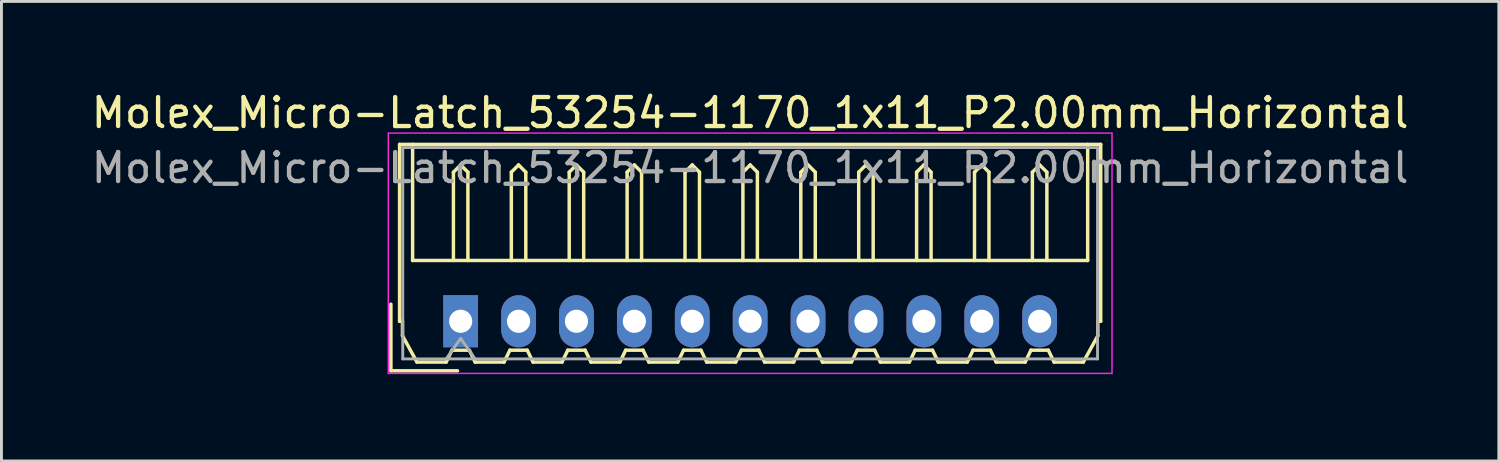
<source format=kicad_pcb>
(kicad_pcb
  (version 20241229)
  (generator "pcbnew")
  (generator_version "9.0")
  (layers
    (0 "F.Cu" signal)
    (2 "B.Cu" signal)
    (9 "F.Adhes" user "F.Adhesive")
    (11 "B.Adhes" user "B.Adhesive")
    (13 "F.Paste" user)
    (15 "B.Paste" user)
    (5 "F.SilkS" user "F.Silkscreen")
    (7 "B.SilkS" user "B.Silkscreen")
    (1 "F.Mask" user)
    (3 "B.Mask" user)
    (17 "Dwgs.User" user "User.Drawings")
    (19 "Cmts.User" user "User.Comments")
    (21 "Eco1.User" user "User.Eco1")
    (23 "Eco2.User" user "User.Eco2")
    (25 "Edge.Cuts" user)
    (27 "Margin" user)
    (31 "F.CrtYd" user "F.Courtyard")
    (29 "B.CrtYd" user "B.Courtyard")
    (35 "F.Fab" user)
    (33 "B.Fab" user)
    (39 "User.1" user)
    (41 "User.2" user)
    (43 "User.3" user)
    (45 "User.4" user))
  (footprint "Molex_Micro-Latch_53254-1170_1x11_P2.00mm_Horizontal"
    (layer "F.Cu")
    (at 12.863 8.048)
    (property "Reference" "Molex_Micro-Latch_53254-1170_1x11_P2.00mm_Horizontal" (at 10 -7.2 0) (layer "F.SilkS") (effects (font (size 1 1) (thickness 0.15))))
    (attr through_hole)
    (fp_line (start -2.41 1.71) (end -2.41 -0.59) (stroke (width 0.12) (type solid)) (layer "F.SilkS"))
    (fp_line (start -2.11 -6.11) (end 10 -6.11) (stroke (width 0.12) (type solid)) (layer "F.SilkS"))
    (fp_line (start -2.11 0) (end -2.11 -6.11) (stroke (width 0.12) (type solid)) (layer "F.SilkS"))
    (fp_line (start -2.01 0) (end -2.11 0) (stroke (width 0.12) (type solid)) (layer "F.SilkS"))
    (fp_line (start -2.01 0.5) (end -2.01 0) (stroke (width 0.12) (type solid)) (layer "F.SilkS"))
    (fp_line (start -1.66 -6.11) (end -1.66 -2.1) (stroke (width 0.12) (type solid)) (layer "F.SilkS"))
    (fp_line (start -1.66 -2.1) (end 21.66 -2.1) (stroke (width 0.12) (type solid)) (layer "F.SilkS"))
    (fp_line (start -1.51 1.41) (end -2.01 0.5) (stroke (width 0.12) (type solid)) (layer "F.SilkS"))
    (fp_line (start -0.5 1.41) (end -1.51 1.41) (stroke (width 0.12) (type solid)) (layer "F.SilkS"))
    (fp_line (start -0.3 1) (end -0.5 1.41) (stroke (width 0.12) (type solid)) (layer "F.SilkS"))
    (fp_line (start -0.3 1) (end 0.3 1) (stroke (width 0.12) (type solid)) (layer "F.SilkS"))
    (fp_line (start -0.25 -5.15) (end 0 -5.4) (stroke (width 0.12) (type solid)) (layer "F.SilkS"))
    (fp_line (start -0.25 -2.1) (end -0.25 -5.15) (stroke (width 0.12) (type solid)) (layer "F.SilkS"))
    (fp_line (start -0.11 1.71) (end -2.41 1.71) (stroke (width 0.12) (type solid)) (layer "F.SilkS"))
    (fp_line (start 0 -5.4) (end 0.25 -5.15) (stroke (width 0.12) (type solid)) (layer "F.SilkS"))
    (fp_line (start 0.25 -5.15) (end 0.25 -2.1) (stroke (width 0.12) (type solid)) (layer "F.SilkS"))
    (fp_line (start 0.3 1) (end 0.5 1.41) (stroke (width 0.12) (type solid)) (layer "F.SilkS"))
    (fp_line (start 0.5 1.41) (end 1.5 1.41) (stroke (width 0.12) (type solid)) (layer "F.SilkS"))
    (fp_line (start 1.5 1.41) (end 1.7 1) (stroke (width 0.12) (type solid)) (layer "F.SilkS"))
    (fp_line (start 1.7 1) (end 2.3 1) (stroke (width 0.12) (type solid)) (layer "F.SilkS"))
    (fp_line (start 1.75 -5.15) (end 2 -5.4) (stroke (width 0.12) (type solid)) (layer "F.SilkS"))
    (fp_line (start 1.75 -2.1) (end 1.75 -5.15) (stroke (width 0.12) (type solid)) (layer "F.SilkS"))
    (fp_line (start 2 -5.4) (end 2.25 -5.15) (stroke (width 0.12) (type solid)) (layer "F.SilkS"))
    (fp_line (start 2.25 -5.15) (end 2.25 -2.1) (stroke (width 0.12) (type solid)) (layer "F.SilkS"))
    (fp_line (start 2.3 1) (end 2.5 1.41) (stroke (width 0.12) (type solid)) (layer "F.SilkS"))
    (fp_line (start 2.5 1.41) (end 3.5 1.41) (stroke (width 0.12) (type solid)) (layer "F.SilkS"))
    (fp_line (start 3.5 1.41) (end 3.7 1) (stroke (width 0.12) (type solid)) (layer "F.SilkS"))
    (fp_line (start 3.7 1) (end 4.3 1) (stroke (width 0.12) (type solid)) (layer "F.SilkS"))
    (fp_line (start 3.75 -5.15) (end 4 -5.4) (stroke (width 0.12) (type solid)) (layer "F.SilkS"))
    (fp_line (start 3.75 -2.1) (end 3.75 -5.15) (stroke (width 0.12) (type solid)) (layer "F.SilkS"))
    (fp_line (start 4 -5.4) (end 4.25 -5.15) (stroke (width 0.12) (type solid)) (layer "F.SilkS"))
    (fp_line (start 4.25 -5.15) (end 4.25 -2.1) (stroke (width 0.12) (type solid)) (layer "F.SilkS"))
    (fp_line (start 4.3 1) (end 4.5 1.41) (stroke (width 0.12) (type solid)) (layer "F.SilkS"))
    (fp_line (start 4.5 1.41) (end 5.5 1.41) (stroke (width 0.12) (type solid)) (layer "F.SilkS"))
    (fp_line (start 5.5 1.41) (end 5.7 1) (stroke (width 0.12) (type solid)) (layer "F.SilkS"))
    (fp_line (start 5.7 1) (end 6.3 1) (stroke (width 0.12) (type solid)) (layer "F.SilkS"))
    (fp_line (start 5.75 -5.15) (end 6 -5.4) (stroke (width 0.12) (type solid)) (layer "F.SilkS"))
    (fp_line (start 5.75 -2.1) (end 5.75 -5.15) (stroke (width 0.12) (type solid)) (layer "F.SilkS"))
    (fp_line (start 6 -5.4) (end 6.25 -5.15) (stroke (width 0.12) (type solid)) (layer "F.SilkS"))
    (fp_line (start 6.25 -5.15) (end 6.25 -2.1) (stroke (width 0.12) (type solid)) (layer "F.SilkS"))
    (fp_line (start 6.3 1) (end 6.5 1.41) (stroke (width 0.12) (type solid)) (layer "F.SilkS"))
    (fp_line (start 6.5 1.41) (end 7.5 1.41) (stroke (width 0.12) (type solid)) (layer "F.SilkS"))
    (fp_line (start 7.5 1.41) (end 7.7 1) (stroke (width 0.12) (type solid)) (layer "F.SilkS"))
    (fp_line (start 7.7 1) (end 8.3 1) (stroke (width 0.12) (type solid)) (layer "F.SilkS"))
    (fp_line (start 7.75 -5.15) (end 8 -5.4) (stroke (width 0.12) (type solid)) (layer "F.SilkS"))
    (fp_line (start 7.75 -2.1) (end 7.75 -5.15) (stroke (width 0.12) (type solid)) (layer "F.SilkS"))
    (fp_line (start 8 -5.4) (end 8.25 -5.15) (stroke (width 0.12) (type solid)) (layer "F.SilkS"))
    (fp_line (start 8.25 -5.15) (end 8.25 -2.1) (stroke (width 0.12) (type solid)) (layer "F.SilkS"))
    (fp_line (start 8.3 1) (end 8.5 1.41) (stroke (width 0.12) (type solid)) (layer "F.SilkS"))
    (fp_line (start 8.5 1.41) (end 9.5 1.41) (stroke (width 0.12) (type solid)) (layer "F.SilkS"))
    (fp_line (start 9.5 1.41) (end 9.7 1) (stroke (width 0.12) (type solid)) (layer "F.SilkS"))
    (fp_line (start 9.7 1) (end 10.3 1) (stroke (width 0.12) (type solid)) (layer "F.SilkS"))
    (fp_line (start 9.75 -5.15) (end 10 -5.4) (stroke (width 0.12) (type solid)) (layer "F.SilkS"))
    (fp_line (start 9.75 -2.1) (end 9.75 -5.15) (stroke (width 0.12) (type solid)) (layer "F.SilkS"))
    (fp_line (start 10 -5.4) (end 10.25 -5.15) (stroke (width 0.12) (type solid)) (layer "F.SilkS"))
    (fp_line (start 10.25 -5.15) (end 10.25 -2.1) (stroke (width 0.12) (type solid)) (layer "F.SilkS"))
    (fp_line (start 10.3 1) (end 10.5 1.41) (stroke (width 0.12) (type solid)) (layer "F.SilkS"))
    (fp_line (start 10.5 1.41) (end 11.5 1.41) (stroke (width 0.12) (type solid)) (layer "F.SilkS"))
    (fp_line (start 11.5 1.41) (end 11.7 1) (stroke (width 0.12) (type solid)) (layer "F.SilkS"))
    (fp_line (start 11.7 1) (end 12.3 1) (stroke (width 0.12) (type solid)) (layer "F.SilkS"))
    (fp_line (start 11.75 -5.15) (end 12 -5.4) (stroke (width 0.12) (type solid)) (layer "F.SilkS"))
    (fp_line (start 11.75 -2.1) (end 11.75 -5.15) (stroke (width 0.12) (type solid)) (layer "F.SilkS"))
    (fp_line (start 12 -5.4) (end 12.25 -5.15) (stroke (width 0.12) (type solid)) (layer "F.SilkS"))
    (fp_line (start 12.25 -5.15) (end 12.25 -2.1) (stroke (width 0.12) (type solid)) (layer "F.SilkS"))
    (fp_line (start 12.3 1) (end 12.5 1.41) (stroke (width 0.12) (type solid)) (layer "F.SilkS"))
    (fp_line (start 12.5 1.41) (end 13.5 1.41) (stroke (width 0.12) (type solid)) (layer "F.SilkS"))
    (fp_line (start 13.5 1.41) (end 13.7 1) (stroke (width 0.12) (type solid)) (layer "F.SilkS"))
    (fp_line (start 13.7 1) (end 14.3 1) (stroke (width 0.12) (type solid)) (layer "F.SilkS"))
    (fp_line (start 13.75 -5.15) (end 14 -5.4) (stroke (width 0.12) (type solid)) (layer "F.SilkS"))
    (fp_line (start 13.75 -2.1) (end 13.75 -5.15) (stroke (width 0.12) (type solid)) (layer "F.SilkS"))
    (fp_line (start 14 -5.4) (end 14.25 -5.15) (stroke (width 0.12) (type solid)) (layer "F.SilkS"))
    (fp_line (start 14.25 -5.15) (end 14.25 -2.1) (stroke (width 0.12) (type solid)) (layer "F.SilkS"))
    (fp_line (start 14.3 1) (end 14.5 1.41) (stroke (width 0.12) (type solid)) (layer "F.SilkS"))
    (fp_line (start 14.5 1.41) (end 15.5 1.41) (stroke (width 0.12) (type solid)) (layer "F.SilkS"))
    (fp_line (start 15.5 1.41) (end 15.7 1) (stroke (width 0.12) (type solid)) (layer "F.SilkS"))
    (fp_line (start 15.7 1) (end 16.3 1) (stroke (width 0.12) (type solid)) (layer "F.SilkS"))
    (fp_line (start 15.75 -5.15) (end 16 -5.4) (stroke (width 0.12) (type solid)) (layer "F.SilkS"))
    (fp_line (start 15.75 -2.1) (end 15.75 -5.15) (stroke (width 0.12) (type solid)) (layer "F.SilkS"))
    (fp_line (start 16 -5.4) (end 16.25 -5.15) (stroke (width 0.12) (type solid)) (layer "F.SilkS"))
    (fp_line (start 16.25 -5.15) (end 16.25 -2.1) (stroke (width 0.12) (type solid)) (layer "F.SilkS"))
    (fp_line (start 16.3 1) (end 16.5 1.41) (stroke (width 0.12) (type solid)) (layer "F.SilkS"))
    (fp_line (start 16.5 1.41) (end 17.5 1.41) (stroke (width 0.12) (type solid)) (layer "F.SilkS"))
    (fp_line (start 17.5 1.41) (end 17.7 1) (stroke (width 0.12) (type solid)) (layer "F.SilkS"))
    (fp_line (start 17.7 1) (end 18.3 1) (stroke (width 0.12) (type solid)) (layer "F.SilkS"))
    (fp_line (start 17.75 -5.15) (end 18 -5.4) (stroke (width 0.12) (type solid)) (layer "F.SilkS"))
    (fp_line (start 17.75 -2.1) (end 17.75 -5.15) (stroke (width 0.12) (type solid)) (layer "F.SilkS"))
    (fp_line (start 18 -5.4) (end 18.25 -5.15) (stroke (width 0.12) (type solid)) (layer "F.SilkS"))
    (fp_line (start 18.25 -5.15) (end 18.25 -2.1) (stroke (width 0.12) (type solid)) (layer "F.SilkS"))
    (fp_line (start 18.3 1) (end 18.5 1.41) (stroke (width 0.12) (type solid)) (layer "F.SilkS"))
    (fp_line (start 18.5 1.41) (end 19.5 1.41) (stroke (width 0.12) (type solid)) (layer "F.SilkS"))
    (fp_line (start 19.5 1.41) (end 19.7 1) (stroke (width 0.12) (type solid)) (layer "F.SilkS"))
    (fp_line (start 19.7 1) (end 20.3 1) (stroke (width 0.12) (type solid)) (layer "F.SilkS"))
    (fp_line (start 19.75 -5.15) (end 20 -5.4) (stroke (width 0.12) (type solid)) (layer "F.SilkS"))
    (fp_line (start 19.75 -2.1) (end 19.75 -5.15) (stroke (width 0.12) (type solid)) (layer "F.SilkS"))
    (fp_line (start 20 -5.4) (end 20.25 -5.15) (stroke (width 0.12) (type solid)) (layer "F.SilkS"))
    (fp_line (start 20.25 -5.15) (end 20.25 -2.1) (stroke (width 0.12) (type solid)) (layer "F.SilkS"))
    (fp_line (start 20.3 1) (end 20.5 1.41) (stroke (width 0.12) (type solid)) (layer "F.SilkS"))
    (fp_line (start 20.5 1.41) (end 21.51 1.41) (stroke (width 0.12) (type solid)) (layer "F.SilkS"))
    (fp_line (start 21.51 1.41) (end 22.01 0.5) (stroke (width 0.12) (type solid)) (layer "F.SilkS"))
    (fp_line (start 21.66 -2.1) (end 21.66 -6.11) (stroke (width 0.12) (type solid)) (layer "F.SilkS"))
    (fp_line (start 22.01 0) (end 22.11 0) (stroke (width 0.12) (type solid)) (layer "F.SilkS"))
    (fp_line (start 22.01 0.5) (end 22.01 0) (stroke (width 0.12) (type solid)) (layer "F.SilkS"))
    (fp_line (start 22.11 -6.11) (end 10 -6.11) (stroke (width 0.12) (type solid)) (layer "F.SilkS"))
    (fp_line (start 22.11 0) (end 22.11 -6.11) (stroke (width 0.12) (type solid)) (layer "F.SilkS"))
    (fp_line (start -2.5 -6.5) (end -2.5 1.8) (stroke (width 0.05) (type solid)) (layer "F.CrtYd"))
    (fp_line (start -2.5 1.8) (end 22.5 1.8) (stroke (width 0.05) (type solid)) (layer "F.CrtYd"))
    (fp_line (start 22.5 -6.5) (end -2.5 -6.5) (stroke (width 0.05) (type solid)) (layer "F.CrtYd"))
    (fp_line (start 22.5 1.8) (end 22.5 -6.5) (stroke (width 0.05) (type solid)) (layer "F.CrtYd"))
    (fp_line (start -2 -6) (end -2 1.3) (stroke (width 0.1) (type solid)) (layer "F.Fab"))
    (fp_line (start -2 1.3) (end 22 1.3) (stroke (width 0.1) (type solid)) (layer "F.Fab"))
    (fp_line (start -0.5 1.3) (end 0 0.593) (stroke (width 0.1) (type solid)) (layer "F.Fab"))
    (fp_line (start 0 0.593) (end 0.5 1.3) (stroke (width 0.1) (type solid)) (layer "F.Fab"))
    (fp_line (start 22 -6) (end -2 -6) (stroke (width 0.1) (type solid)) (layer "F.Fab"))
    (fp_line (start 22 1.3) (end 22 -6) (stroke (width 0.1) (type solid)) (layer "F.Fab"))
    (fp_text user "${REFERENCE}" (at 10 -5.3 0) (layer "F.Fab") (effects (font (size 1 1) (thickness 0.15))))
    (pad "1" thru_hole rect (at 0 0) (size 1.2 1.8) (drill 0.8) (layers "*.Cu" "*.Mask"))
    (pad "2" thru_hole oval (at 2 0) (size 1.2 1.8) (drill 0.8) (layers "*.Cu" "*.Mask"))
    (pad "3" thru_hole oval (at 4 0) (size 1.2 1.8) (drill 0.8) (layers "*.Cu" "*.Mask"))
    (pad "4" thru_hole oval (at 6 0) (size 1.2 1.8) (drill 0.8) (layers "*.Cu" "*.Mask"))
    (pad "5" thru_hole oval (at 8 0) (size 1.2 1.8) (drill 0.8) (layers "*.Cu" "*.Mask"))
    (pad "6" thru_hole oval (at 10 0) (size 1.2 1.8) (drill 0.8) (layers "*.Cu" "*.Mask"))
    (pad "7" thru_hole oval (at 12 0) (size 1.2 1.8) (drill 0.8) (layers "*.Cu" "*.Mask"))
    (pad "8" thru_hole oval (at 14 0) (size 1.2 1.8) (drill 0.8) (layers "*.Cu" "*.Mask"))
    (pad "9" thru_hole oval (at 16 0) (size 1.2 1.8) (drill 0.8) (layers "*.Cu" "*.Mask"))
    (pad "10" thru_hole oval (at 18 0) (size 1.2 1.8) (drill 0.8) (layers "*.Cu" "*.Mask"))
    (pad "11" thru_hole oval (at 20 0) (size 1.2 1.8) (drill 0.8) (layers "*.Cu" "*.Mask")))
  (gr_rect
    (start -3 -3)
    (end 48.726 12.873)
    (stroke (width 0.1) (type default))
    (fill no)
    (layer "Edge.Cuts")))
</source>
